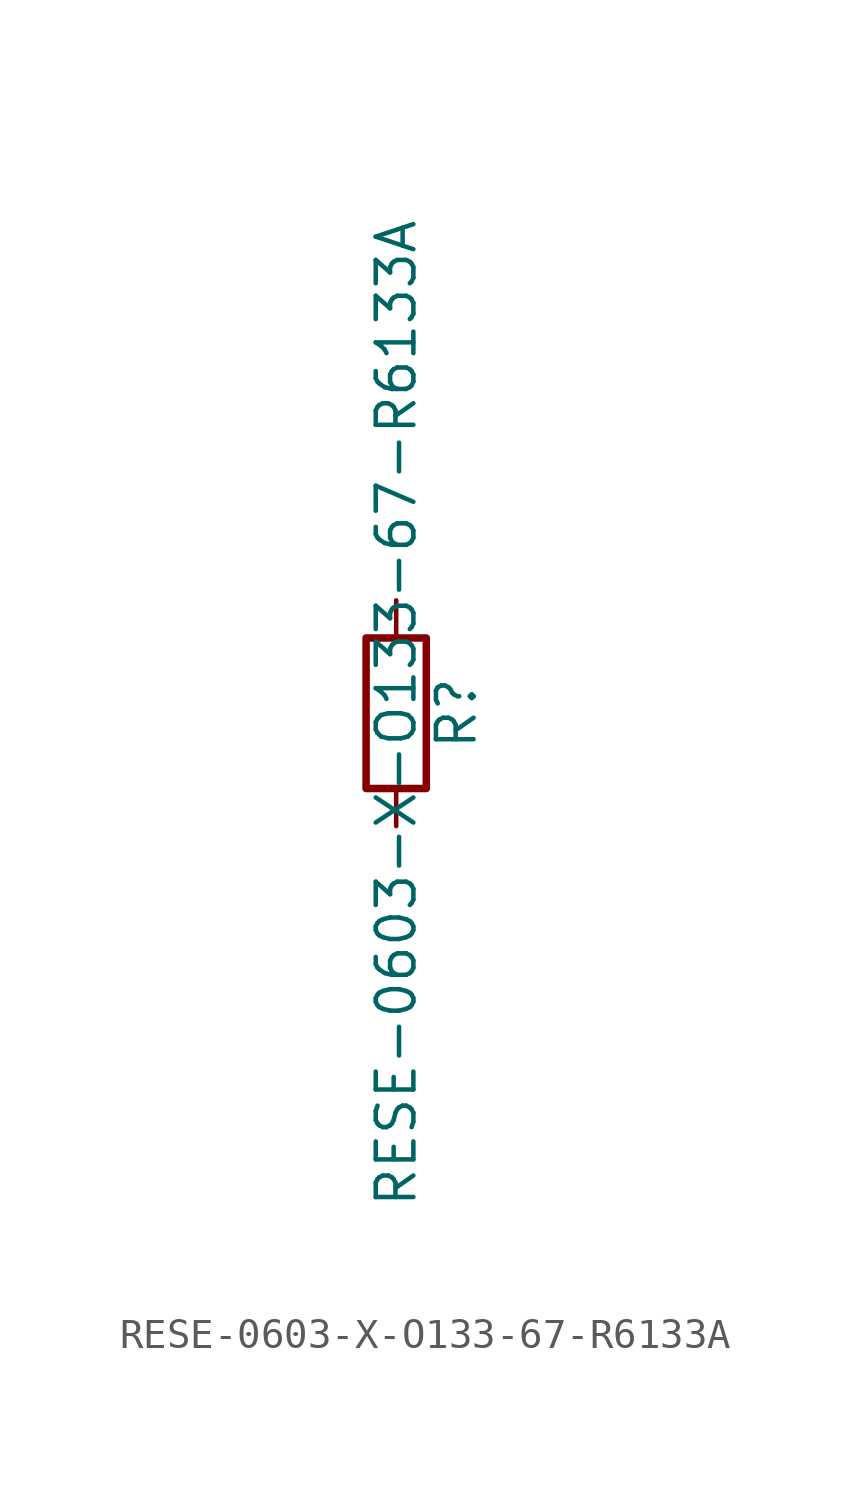
<source format=kicad_sym>
(kicad_symbol_lib
  (version 20211014)
  (generator kicad_symbol_editor)
  (symbol "RESE-0603-X-O133-67-R6133A"
    (pin_numbers hide)
    (pin_names
      (offset 0))
    (property "Reference" "R"
      (at 2.032 0 90)
      (effects (font (size 1.27 1.27))))
    (property "Value" "RESE-0603-X-O133-67-R6133A"
      (at 0 0 90)
      (effects (font (size 1.27 1.27))))
    (symbol "RESE-0603-X-O133-67-R6133A_0_1"
      (rectangle (start -1.016 -2.54) (end 1.016 2.54) (stroke (width 0.254) (type default) (color 0 0 0 0)) (fill (type none))))
    (symbol "RESE-0603-X-O133-67-R6133A_1_1"
      (pin passive line (at 0 3.81 270) (length 1.27) (name "~" (effects (font (size 1.27 1.27)))) (number "1" (effects (font (size 1.27 1.27)))))
      (pin passive line (at 0 -3.81 90) (length 1.27) (name "~" (effects (font (size 1.27 1.27)))) (number "2" (effects (font (size 1.27 1.27))))))))
</source>
